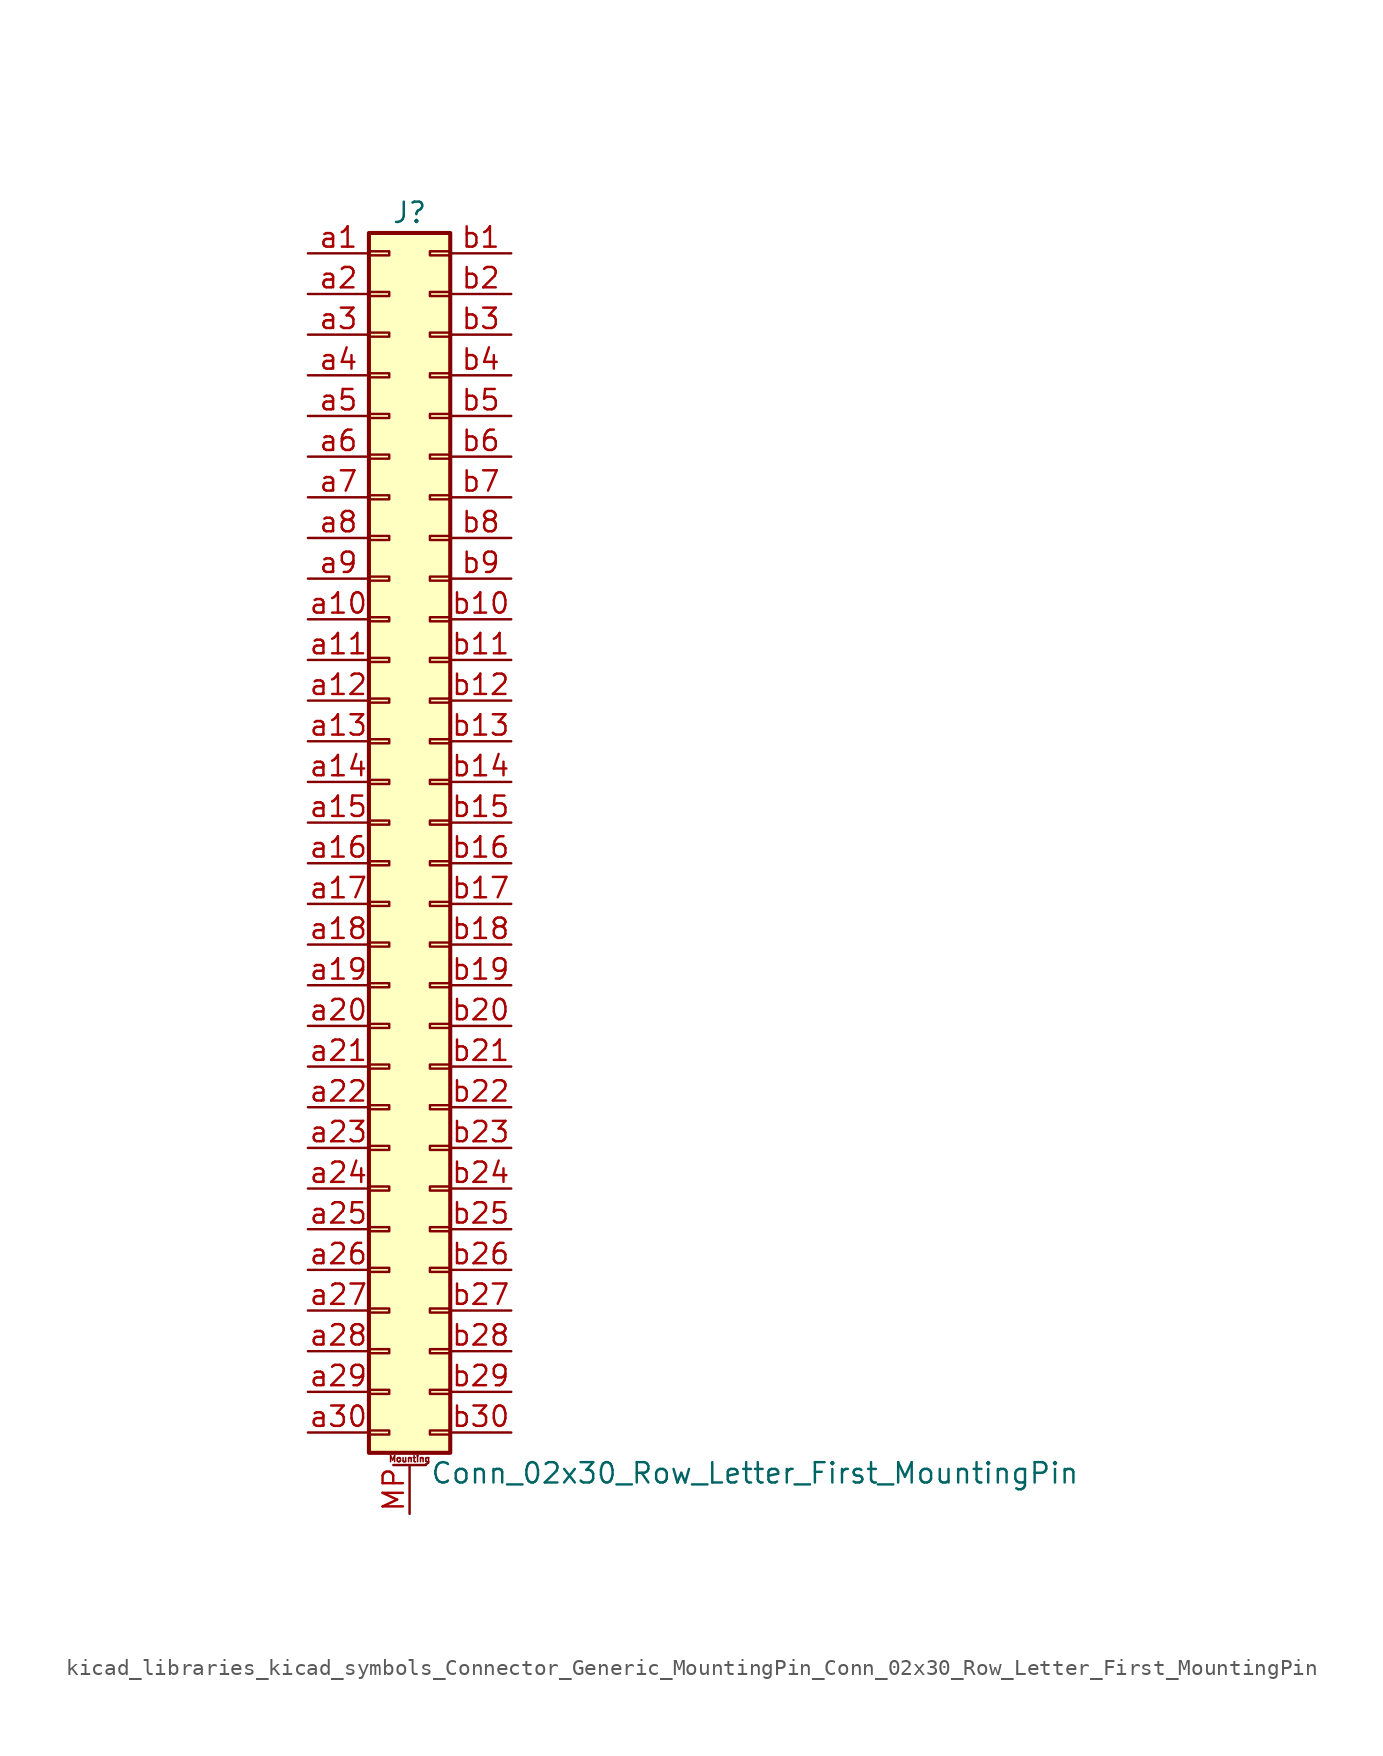
<source format=kicad_sym>
(kicad_symbol_lib
  (version 20220914)
  (generator kicad_symbol_editor)
  (symbol "kicad_libraries_kicad_symbols_Connector_Generic_MountingPin_Conn_02x30_Row_Letter_First_MountingPin"
    (pin_names
      (offset 1.016) hide)
    (property "Reference" "J"
      (at 1.27 38.1 0)
      (effects (font (size 1.27 1.27))))
    (property "Value" "Conn_02x30_Row_Letter_First_MountingPin"
      (at 2.54 -40.64 0)
      (effects (font (size 1.27 1.27)) (justify left)))
    (symbol "kicad_libraries_kicad_symbols_Connector_Generic_MountingPin_Conn_02x30_Row_Letter_First_MountingPin_1_1"
      (rectangle (start -1.27 -37.973) (end 0 -38.227) (stroke (width 0.152) (type default)) (fill (type none)))
      (rectangle (start -1.27 -35.433) (end 0 -35.687) (stroke (width 0.152) (type default)) (fill (type none)))
      (rectangle (start -1.27 -32.893) (end 0 -33.147) (stroke (width 0.152) (type default)) (fill (type none)))
      (rectangle (start -1.27 -30.353) (end 0 -30.607) (stroke (width 0.152) (type default)) (fill (type none)))
      (rectangle (start -1.27 -27.813) (end 0 -28.067) (stroke (width 0.152) (type default)) (fill (type none)))
      (rectangle (start -1.27 -25.273) (end 0 -25.527) (stroke (width 0.152) (type default)) (fill (type none)))
      (rectangle (start -1.27 -22.733) (end 0 -22.987) (stroke (width 0.152) (type default)) (fill (type none)))
      (rectangle (start -1.27 -20.193) (end 0 -20.447) (stroke (width 0.152) (type default)) (fill (type none)))
      (rectangle (start -1.27 -17.653) (end 0 -17.907) (stroke (width 0.152) (type default)) (fill (type none)))
      (rectangle (start -1.27 -15.113) (end 0 -15.367) (stroke (width 0.152) (type default)) (fill (type none)))
      (rectangle (start -1.27 -12.573) (end 0 -12.827) (stroke (width 0.152) (type default)) (fill (type none)))
      (rectangle (start -1.27 -10.033) (end 0 -10.287) (stroke (width 0.152) (type default)) (fill (type none)))
      (rectangle (start -1.27 -7.493) (end 0 -7.747) (stroke (width 0.152) (type default)) (fill (type none)))
      (rectangle (start -1.27 -4.953) (end 0 -5.207) (stroke (width 0.152) (type default)) (fill (type none)))
      (rectangle (start -1.27 -2.413) (end 0 -2.667) (stroke (width 0.152) (type default)) (fill (type none)))
      (rectangle (start -1.27 0.127) (end 0 -0.127) (stroke (width 0.152) (type default)) (fill (type none)))
      (rectangle (start -1.27 2.667) (end 0 2.413) (stroke (width 0.152) (type default)) (fill (type none)))
      (rectangle (start -1.27 5.207) (end 0 4.953) (stroke (width 0.152) (type default)) (fill (type none)))
      (rectangle (start -1.27 7.747) (end 0 7.493) (stroke (width 0.152) (type default)) (fill (type none)))
      (rectangle (start -1.27 10.287) (end 0 10.033) (stroke (width 0.152) (type default)) (fill (type none)))
      (rectangle (start -1.27 12.827) (end 0 12.573) (stroke (width 0.152) (type default)) (fill (type none)))
      (rectangle (start -1.27 15.367) (end 0 15.113) (stroke (width 0.152) (type default)) (fill (type none)))
      (rectangle (start -1.27 17.907) (end 0 17.653) (stroke (width 0.152) (type default)) (fill (type none)))
      (rectangle (start -1.27 20.447) (end 0 20.193) (stroke (width 0.152) (type default)) (fill (type none)))
      (rectangle (start -1.27 22.987) (end 0 22.733) (stroke (width 0.152) (type default)) (fill (type none)))
      (rectangle (start -1.27 25.527) (end 0 25.273) (stroke (width 0.152) (type default)) (fill (type none)))
      (rectangle (start -1.27 28.067) (end 0 27.813) (stroke (width 0.152) (type default)) (fill (type none)))
      (rectangle (start -1.27 30.607) (end 0 30.353) (stroke (width 0.152) (type default)) (fill (type none)))
      (rectangle (start -1.27 33.147) (end 0 32.893) (stroke (width 0.152) (type default)) (fill (type none)))
      (rectangle (start -1.27 35.687) (end 0 35.433) (stroke (width 0.152) (type default)) (fill (type none)))
      (rectangle (start -1.27 36.83) (end 3.81 -39.37) (stroke (width 0.254) (type default)) (fill (type background)))
      (polyline (pts (xy 0.254 -40.132) (xy 2.286 -40.132)) (stroke (width 0.152) (type default)) (fill (type none)))
      (rectangle (start 3.81 -37.973) (end 2.54 -38.227) (stroke (width 0.152) (type default)) (fill (type none)))
      (rectangle (start 3.81 -35.433) (end 2.54 -35.687) (stroke (width 0.152) (type default)) (fill (type none)))
      (rectangle (start 3.81 -32.893) (end 2.54 -33.147) (stroke (width 0.152) (type default)) (fill (type none)))
      (rectangle (start 3.81 -30.353) (end 2.54 -30.607) (stroke (width 0.152) (type default)) (fill (type none)))
      (rectangle (start 3.81 -27.813) (end 2.54 -28.067) (stroke (width 0.152) (type default)) (fill (type none)))
      (rectangle (start 3.81 -25.273) (end 2.54 -25.527) (stroke (width 0.152) (type default)) (fill (type none)))
      (rectangle (start 3.81 -22.733) (end 2.54 -22.987) (stroke (width 0.152) (type default)) (fill (type none)))
      (rectangle (start 3.81 -20.193) (end 2.54 -20.447) (stroke (width 0.152) (type default)) (fill (type none)))
      (rectangle (start 3.81 -17.653) (end 2.54 -17.907) (stroke (width 0.152) (type default)) (fill (type none)))
      (rectangle (start 3.81 -15.113) (end 2.54 -15.367) (stroke (width 0.152) (type default)) (fill (type none)))
      (rectangle (start 3.81 -12.573) (end 2.54 -12.827) (stroke (width 0.152) (type default)) (fill (type none)))
      (rectangle (start 3.81 -10.033) (end 2.54 -10.287) (stroke (width 0.152) (type default)) (fill (type none)))
      (rectangle (start 3.81 -7.493) (end 2.54 -7.747) (stroke (width 0.152) (type default)) (fill (type none)))
      (rectangle (start 3.81 -4.953) (end 2.54 -5.207) (stroke (width 0.152) (type default)) (fill (type none)))
      (rectangle (start 3.81 -2.413) (end 2.54 -2.667) (stroke (width 0.152) (type default)) (fill (type none)))
      (rectangle (start 3.81 0.127) (end 2.54 -0.127) (stroke (width 0.152) (type default)) (fill (type none)))
      (rectangle (start 3.81 2.667) (end 2.54 2.413) (stroke (width 0.152) (type default)) (fill (type none)))
      (rectangle (start 3.81 5.207) (end 2.54 4.953) (stroke (width 0.152) (type default)) (fill (type none)))
      (rectangle (start 3.81 7.747) (end 2.54 7.493) (stroke (width 0.152) (type default)) (fill (type none)))
      (rectangle (start 3.81 10.287) (end 2.54 10.033) (stroke (width 0.152) (type default)) (fill (type none)))
      (rectangle (start 3.81 12.827) (end 2.54 12.573) (stroke (width 0.152) (type default)) (fill (type none)))
      (rectangle (start 3.81 15.367) (end 2.54 15.113) (stroke (width 0.152) (type default)) (fill (type none)))
      (rectangle (start 3.81 17.907) (end 2.54 17.653) (stroke (width 0.152) (type default)) (fill (type none)))
      (rectangle (start 3.81 20.447) (end 2.54 20.193) (stroke (width 0.152) (type default)) (fill (type none)))
      (rectangle (start 3.81 22.987) (end 2.54 22.733) (stroke (width 0.152) (type default)) (fill (type none)))
      (rectangle (start 3.81 25.527) (end 2.54 25.273) (stroke (width 0.152) (type default)) (fill (type none)))
      (rectangle (start 3.81 28.067) (end 2.54 27.813) (stroke (width 0.152) (type default)) (fill (type none)))
      (rectangle (start 3.81 30.607) (end 2.54 30.353) (stroke (width 0.152) (type default)) (fill (type none)))
      (rectangle (start 3.81 33.147) (end 2.54 32.893) (stroke (width 0.152) (type default)) (fill (type none)))
      (rectangle (start 3.81 35.687) (end 2.54 35.433) (stroke (width 0.152) (type default)) (fill (type none)))
      (text "Mounting" (at 1.27 -39.751 0) (effects (font (size 0.381 0.381))))
      (pin passive line (at 1.27 -43.18 90) (length 3.048) (name "MountPin" (effects (font (size 1.27 1.27)))) (number "MP" (effects (font (size 1.27 1.27)))))
      (pin passive line (at -5.08 35.56 0) (length 3.81) (name "Pin_a1" (effects (font (size 1.27 1.27)))) (number "a1" (effects (font (size 1.27 1.27)))))
      (pin passive line (at -5.08 12.7 0) (length 3.81) (name "Pin_a10" (effects (font (size 1.27 1.27)))) (number "a10" (effects (font (size 1.27 1.27)))))
      (pin passive line (at -5.08 10.16 0) (length 3.81) (name "Pin_a11" (effects (font (size 1.27 1.27)))) (number "a11" (effects (font (size 1.27 1.27)))))
      (pin passive line (at -5.08 7.62 0) (length 3.81) (name "Pin_a12" (effects (font (size 1.27 1.27)))) (number "a12" (effects (font (size 1.27 1.27)))))
      (pin passive line (at -5.08 5.08 0) (length 3.81) (name "Pin_a13" (effects (font (size 1.27 1.27)))) (number "a13" (effects (font (size 1.27 1.27)))))
      (pin passive line (at -5.08 2.54 0) (length 3.81) (name "Pin_a14" (effects (font (size 1.27 1.27)))) (number "a14" (effects (font (size 1.27 1.27)))))
      (pin passive line (at -5.08 0 0) (length 3.81) (name "Pin_a15" (effects (font (size 1.27 1.27)))) (number "a15" (effects (font (size 1.27 1.27)))))
      (pin passive line (at -5.08 -2.54 0) (length 3.81) (name "Pin_a16" (effects (font (size 1.27 1.27)))) (number "a16" (effects (font (size 1.27 1.27)))))
      (pin passive line (at -5.08 -5.08 0) (length 3.81) (name "Pin_a17" (effects (font (size 1.27 1.27)))) (number "a17" (effects (font (size 1.27 1.27)))))
      (pin passive line (at -5.08 -7.62 0) (length 3.81) (name "Pin_a18" (effects (font (size 1.27 1.27)))) (number "a18" (effects (font (size 1.27 1.27)))))
      (pin passive line (at -5.08 -10.16 0) (length 3.81) (name "Pin_a19" (effects (font (size 1.27 1.27)))) (number "a19" (effects (font (size 1.27 1.27)))))
      (pin passive line (at -5.08 33.02 0) (length 3.81) (name "Pin_a2" (effects (font (size 1.27 1.27)))) (number "a2" (effects (font (size 1.27 1.27)))))
      (pin passive line (at -5.08 -12.7 0) (length 3.81) (name "Pin_a20" (effects (font (size 1.27 1.27)))) (number "a20" (effects (font (size 1.27 1.27)))))
      (pin passive line (at -5.08 -15.24 0) (length 3.81) (name "Pin_a21" (effects (font (size 1.27 1.27)))) (number "a21" (effects (font (size 1.27 1.27)))))
      (pin passive line (at -5.08 -17.78 0) (length 3.81) (name "Pin_a22" (effects (font (size 1.27 1.27)))) (number "a22" (effects (font (size 1.27 1.27)))))
      (pin passive line (at -5.08 -20.32 0) (length 3.81) (name "Pin_a23" (effects (font (size 1.27 1.27)))) (number "a23" (effects (font (size 1.27 1.27)))))
      (pin passive line (at -5.08 -22.86 0) (length 3.81) (name "Pin_a24" (effects (font (size 1.27 1.27)))) (number "a24" (effects (font (size 1.27 1.27)))))
      (pin passive line (at -5.08 -25.4 0) (length 3.81) (name "Pin_a25" (effects (font (size 1.27 1.27)))) (number "a25" (effects (font (size 1.27 1.27)))))
      (pin passive line (at -5.08 -27.94 0) (length 3.81) (name "Pin_a26" (effects (font (size 1.27 1.27)))) (number "a26" (effects (font (size 1.27 1.27)))))
      (pin passive line (at -5.08 -30.48 0) (length 3.81) (name "Pin_a27" (effects (font (size 1.27 1.27)))) (number "a27" (effects (font (size 1.27 1.27)))))
      (pin passive line (at -5.08 -33.02 0) (length 3.81) (name "Pin_a28" (effects (font (size 1.27 1.27)))) (number "a28" (effects (font (size 1.27 1.27)))))
      (pin passive line (at -5.08 -35.56 0) (length 3.81) (name "Pin_a29" (effects (font (size 1.27 1.27)))) (number "a29" (effects (font (size 1.27 1.27)))))
      (pin passive line (at -5.08 30.48 0) (length 3.81) (name "Pin_a3" (effects (font (size 1.27 1.27)))) (number "a3" (effects (font (size 1.27 1.27)))))
      (pin passive line (at -5.08 -38.1 0) (length 3.81) (name "Pin_a30" (effects (font (size 1.27 1.27)))) (number "a30" (effects (font (size 1.27 1.27)))))
      (pin passive line (at -5.08 27.94 0) (length 3.81) (name "Pin_a4" (effects (font (size 1.27 1.27)))) (number "a4" (effects (font (size 1.27 1.27)))))
      (pin passive line (at -5.08 25.4 0) (length 3.81) (name "Pin_a5" (effects (font (size 1.27 1.27)))) (number "a5" (effects (font (size 1.27 1.27)))))
      (pin passive line (at -5.08 22.86 0) (length 3.81) (name "Pin_a6" (effects (font (size 1.27 1.27)))) (number "a6" (effects (font (size 1.27 1.27)))))
      (pin passive line (at -5.08 20.32 0) (length 3.81) (name "Pin_a7" (effects (font (size 1.27 1.27)))) (number "a7" (effects (font (size 1.27 1.27)))))
      (pin passive line (at -5.08 17.78 0) (length 3.81) (name "Pin_a8" (effects (font (size 1.27 1.27)))) (number "a8" (effects (font (size 1.27 1.27)))))
      (pin passive line (at -5.08 15.24 0) (length 3.81) (name "Pin_a9" (effects (font (size 1.27 1.27)))) (number "a9" (effects (font (size 1.27 1.27)))))
      (pin passive line (at 7.62 35.56 180) (length 3.81) (name "Pin_b1" (effects (font (size 1.27 1.27)))) (number "b1" (effects (font (size 1.27 1.27)))))
      (pin passive line (at 7.62 12.7 180) (length 3.81) (name "Pin_b10" (effects (font (size 1.27 1.27)))) (number "b10" (effects (font (size 1.27 1.27)))))
      (pin passive line (at 7.62 10.16 180) (length 3.81) (name "Pin_b11" (effects (font (size 1.27 1.27)))) (number "b11" (effects (font (size 1.27 1.27)))))
      (pin passive line (at 7.62 7.62 180) (length 3.81) (name "Pin_b12" (effects (font (size 1.27 1.27)))) (number "b12" (effects (font (size 1.27 1.27)))))
      (pin passive line (at 7.62 5.08 180) (length 3.81) (name "Pin_b13" (effects (font (size 1.27 1.27)))) (number "b13" (effects (font (size 1.27 1.27)))))
      (pin passive line (at 7.62 2.54 180) (length 3.81) (name "Pin_b14" (effects (font (size 1.27 1.27)))) (number "b14" (effects (font (size 1.27 1.27)))))
      (pin passive line (at 7.62 0 180) (length 3.81) (name "Pin_b15" (effects (font (size 1.27 1.27)))) (number "b15" (effects (font (size 1.27 1.27)))))
      (pin passive line (at 7.62 -2.54 180) (length 3.81) (name "Pin_b16" (effects (font (size 1.27 1.27)))) (number "b16" (effects (font (size 1.27 1.27)))))
      (pin passive line (at 7.62 -5.08 180) (length 3.81) (name "Pin_b17" (effects (font (size 1.27 1.27)))) (number "b17" (effects (font (size 1.27 1.27)))))
      (pin passive line (at 7.62 -7.62 180) (length 3.81) (name "Pin_b18" (effects (font (size 1.27 1.27)))) (number "b18" (effects (font (size 1.27 1.27)))))
      (pin passive line (at 7.62 -10.16 180) (length 3.81) (name "Pin_b19" (effects (font (size 1.27 1.27)))) (number "b19" (effects (font (size 1.27 1.27)))))
      (pin passive line (at 7.62 33.02 180) (length 3.81) (name "Pin_b2" (effects (font (size 1.27 1.27)))) (number "b2" (effects (font (size 1.27 1.27)))))
      (pin passive line (at 7.62 -12.7 180) (length 3.81) (name "Pin_b20" (effects (font (size 1.27 1.27)))) (number "b20" (effects (font (size 1.27 1.27)))))
      (pin passive line (at 7.62 -15.24 180) (length 3.81) (name "Pin_b21" (effects (font (size 1.27 1.27)))) (number "b21" (effects (font (size 1.27 1.27)))))
      (pin passive line (at 7.62 -17.78 180) (length 3.81) (name "Pin_b22" (effects (font (size 1.27 1.27)))) (number "b22" (effects (font (size 1.27 1.27)))))
      (pin passive line (at 7.62 -20.32 180) (length 3.81) (name "Pin_b23" (effects (font (size 1.27 1.27)))) (number "b23" (effects (font (size 1.27 1.27)))))
      (pin passive line (at 7.62 -22.86 180) (length 3.81) (name "Pin_b24" (effects (font (size 1.27 1.27)))) (number "b24" (effects (font (size 1.27 1.27)))))
      (pin passive line (at 7.62 -25.4 180) (length 3.81) (name "Pin_b25" (effects (font (size 1.27 1.27)))) (number "b25" (effects (font (size 1.27 1.27)))))
      (pin passive line (at 7.62 -27.94 180) (length 3.81) (name "Pin_b26" (effects (font (size 1.27 1.27)))) (number "b26" (effects (font (size 1.27 1.27)))))
      (pin passive line (at 7.62 -30.48 180) (length 3.81) (name "Pin_b27" (effects (font (size 1.27 1.27)))) (number "b27" (effects (font (size 1.27 1.27)))))
      (pin passive line (at 7.62 -33.02 180) (length 3.81) (name "Pin_b28" (effects (font (size 1.27 1.27)))) (number "b28" (effects (font (size 1.27 1.27)))))
      (pin passive line (at 7.62 -35.56 180) (length 3.81) (name "Pin_b29" (effects (font (size 1.27 1.27)))) (number "b29" (effects (font (size 1.27 1.27)))))
      (pin passive line (at 7.62 30.48 180) (length 3.81) (name "Pin_b3" (effects (font (size 1.27 1.27)))) (number "b3" (effects (font (size 1.27 1.27)))))
      (pin passive line (at 7.62 -38.1 180) (length 3.81) (name "Pin_b30" (effects (font (size 1.27 1.27)))) (number "b30" (effects (font (size 1.27 1.27)))))
      (pin passive line (at 7.62 27.94 180) (length 3.81) (name "Pin_b4" (effects (font (size 1.27 1.27)))) (number "b4" (effects (font (size 1.27 1.27)))))
      (pin passive line (at 7.62 25.4 180) (length 3.81) (name "Pin_b5" (effects (font (size 1.27 1.27)))) (number "b5" (effects (font (size 1.27 1.27)))))
      (pin passive line (at 7.62 22.86 180) (length 3.81) (name "Pin_b6" (effects (font (size 1.27 1.27)))) (number "b6" (effects (font (size 1.27 1.27)))))
      (pin passive line (at 7.62 20.32 180) (length 3.81) (name "Pin_b7" (effects (font (size 1.27 1.27)))) (number "b7" (effects (font (size 1.27 1.27)))))
      (pin passive line (at 7.62 17.78 180) (length 3.81) (name "Pin_b8" (effects (font (size 1.27 1.27)))) (number "b8" (effects (font (size 1.27 1.27)))))
      (pin passive line (at 7.62 15.24 180) (length 3.81) (name "Pin_b9" (effects (font (size 1.27 1.27)))) (number "b9" (effects (font (size 1.27 1.27))))))))
</source>
